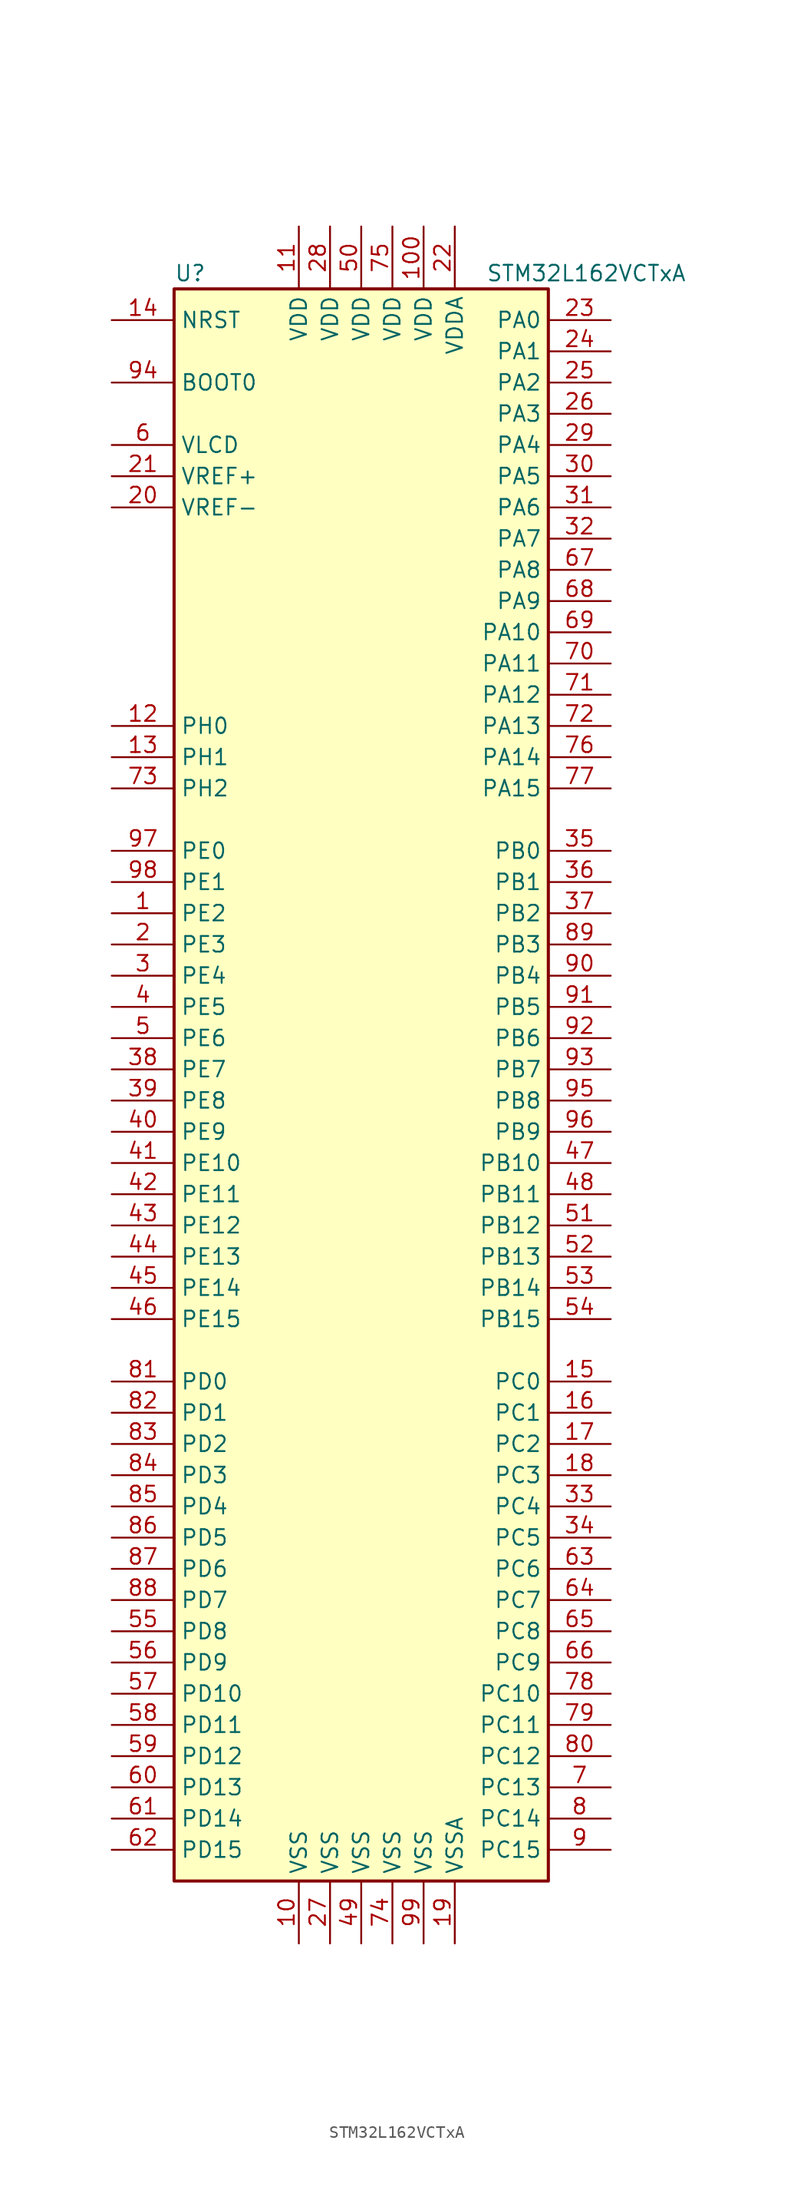
<source format=kicad_sym>
(kicad_symbol_lib
  (version 20201005)
  (generator kicad_symbol_editor)
  (symbol "STM32L162VCTxA"
    (property "Reference" "U"
      (at -15.24 64.77 0)
      (effects (font (size 1.27 1.27)) (justify left)))
    (property "Value" "STM32L162VCTxA"
      (at 10.16 64.77 0)
      (effects (font (size 1.27 1.27)) (justify left)))
    (symbol "STM32L162VCTxA_0_1"
      (rectangle (start -15.24 -66.04) (end 15.24 63.5) (stroke (width 0.254)) (fill (type background))))
    (symbol "STM32L162VCTxA_1_1"
      (pin input line (at -20.32 55.88 0) (length 5.08) (name "BOOT0" (effects (font (size 1.27 1.27)))) (number "94" (effects (font (size 1.27 1.27)))))
      (pin input line (at -20.32 60.96 0) (length 5.08) (name "NRST" (effects (font (size 1.27 1.27)))) (number "14" (effects (font (size 1.27 1.27)))))
      (pin bidirectional line (at 20.32 60.96 180) (length 5.08) (name "PA0" (effects (font (size 1.27 1.27)))) (number "23" (effects (font (size 1.27 1.27)))))
      (pin bidirectional line (at 20.32 58.42 180) (length 5.08) (name "PA1" (effects (font (size 1.27 1.27)))) (number "24" (effects (font (size 1.27 1.27)))))
      (pin bidirectional line (at 20.32 35.56 180) (length 5.08) (name "PA10" (effects (font (size 1.27 1.27)))) (number "69" (effects (font (size 1.27 1.27)))))
      (pin bidirectional line (at 20.32 33.02 180) (length 5.08) (name "PA11" (effects (font (size 1.27 1.27)))) (number "70" (effects (font (size 1.27 1.27)))))
      (pin bidirectional line (at 20.32 30.48 180) (length 5.08) (name "PA12" (effects (font (size 1.27 1.27)))) (number "71" (effects (font (size 1.27 1.27)))))
      (pin bidirectional line (at 20.32 27.94 180) (length 5.08) (name "PA13" (effects (font (size 1.27 1.27)))) (number "72" (effects (font (size 1.27 1.27)))))
      (pin bidirectional line (at 20.32 25.4 180) (length 5.08) (name "PA14" (effects (font (size 1.27 1.27)))) (number "76" (effects (font (size 1.27 1.27)))))
      (pin bidirectional line (at 20.32 22.86 180) (length 5.08) (name "PA15" (effects (font (size 1.27 1.27)))) (number "77" (effects (font (size 1.27 1.27)))))
      (pin bidirectional line (at 20.32 55.88 180) (length 5.08) (name "PA2" (effects (font (size 1.27 1.27)))) (number "25" (effects (font (size 1.27 1.27)))))
      (pin bidirectional line (at 20.32 53.34 180) (length 5.08) (name "PA3" (effects (font (size 1.27 1.27)))) (number "26" (effects (font (size 1.27 1.27)))))
      (pin bidirectional line (at 20.32 50.8 180) (length 5.08) (name "PA4" (effects (font (size 1.27 1.27)))) (number "29" (effects (font (size 1.27 1.27)))))
      (pin bidirectional line (at 20.32 48.26 180) (length 5.08) (name "PA5" (effects (font (size 1.27 1.27)))) (number "30" (effects (font (size 1.27 1.27)))))
      (pin bidirectional line (at 20.32 45.72 180) (length 5.08) (name "PA6" (effects (font (size 1.27 1.27)))) (number "31" (effects (font (size 1.27 1.27)))))
      (pin bidirectional line (at 20.32 43.18 180) (length 5.08) (name "PA7" (effects (font (size 1.27 1.27)))) (number "32" (effects (font (size 1.27 1.27)))))
      (pin bidirectional line (at 20.32 40.64 180) (length 5.08) (name "PA8" (effects (font (size 1.27 1.27)))) (number "67" (effects (font (size 1.27 1.27)))))
      (pin bidirectional line (at 20.32 38.1 180) (length 5.08) (name "PA9" (effects (font (size 1.27 1.27)))) (number "68" (effects (font (size 1.27 1.27)))))
      (pin bidirectional line (at 20.32 17.78 180) (length 5.08) (name "PB0" (effects (font (size 1.27 1.27)))) (number "35" (effects (font (size 1.27 1.27)))))
      (pin bidirectional line (at 20.32 15.24 180) (length 5.08) (name "PB1" (effects (font (size 1.27 1.27)))) (number "36" (effects (font (size 1.27 1.27)))))
      (pin bidirectional line (at 20.32 -7.62 180) (length 5.08) (name "PB10" (effects (font (size 1.27 1.27)))) (number "47" (effects (font (size 1.27 1.27)))))
      (pin bidirectional line (at 20.32 -10.16 180) (length 5.08) (name "PB11" (effects (font (size 1.27 1.27)))) (number "48" (effects (font (size 1.27 1.27)))))
      (pin bidirectional line (at 20.32 -12.7 180) (length 5.08) (name "PB12" (effects (font (size 1.27 1.27)))) (number "51" (effects (font (size 1.27 1.27)))))
      (pin bidirectional line (at 20.32 -15.24 180) (length 5.08) (name "PB13" (effects (font (size 1.27 1.27)))) (number "52" (effects (font (size 1.27 1.27)))))
      (pin bidirectional line (at 20.32 -17.78 180) (length 5.08) (name "PB14" (effects (font (size 1.27 1.27)))) (number "53" (effects (font (size 1.27 1.27)))))
      (pin bidirectional line (at 20.32 -20.32 180) (length 5.08) (name "PB15" (effects (font (size 1.27 1.27)))) (number "54" (effects (font (size 1.27 1.27)))))
      (pin bidirectional line (at 20.32 12.7 180) (length 5.08) (name "PB2" (effects (font (size 1.27 1.27)))) (number "37" (effects (font (size 1.27 1.27)))))
      (pin bidirectional line (at 20.32 10.16 180) (length 5.08) (name "PB3" (effects (font (size 1.27 1.27)))) (number "89" (effects (font (size 1.27 1.27)))))
      (pin bidirectional line (at 20.32 7.62 180) (length 5.08) (name "PB4" (effects (font (size 1.27 1.27)))) (number "90" (effects (font (size 1.27 1.27)))))
      (pin bidirectional line (at 20.32 5.08 180) (length 5.08) (name "PB5" (effects (font (size 1.27 1.27)))) (number "91" (effects (font (size 1.27 1.27)))))
      (pin bidirectional line (at 20.32 2.54 180) (length 5.08) (name "PB6" (effects (font (size 1.27 1.27)))) (number "92" (effects (font (size 1.27 1.27)))))
      (pin bidirectional line (at 20.32 0 180) (length 5.08) (name "PB7" (effects (font (size 1.27 1.27)))) (number "93" (effects (font (size 1.27 1.27)))))
      (pin bidirectional line (at 20.32 -2.54 180) (length 5.08) (name "PB8" (effects (font (size 1.27 1.27)))) (number "95" (effects (font (size 1.27 1.27)))))
      (pin bidirectional line (at 20.32 -5.08 180) (length 5.08) (name "PB9" (effects (font (size 1.27 1.27)))) (number "96" (effects (font (size 1.27 1.27)))))
      (pin bidirectional line (at 20.32 -25.4 180) (length 5.08) (name "PC0" (effects (font (size 1.27 1.27)))) (number "15" (effects (font (size 1.27 1.27)))))
      (pin bidirectional line (at 20.32 -27.94 180) (length 5.08) (name "PC1" (effects (font (size 1.27 1.27)))) (number "16" (effects (font (size 1.27 1.27)))))
      (pin bidirectional line (at 20.32 -50.8 180) (length 5.08) (name "PC10" (effects (font (size 1.27 1.27)))) (number "78" (effects (font (size 1.27 1.27)))))
      (pin bidirectional line (at 20.32 -53.34 180) (length 5.08) (name "PC11" (effects (font (size 1.27 1.27)))) (number "79" (effects (font (size 1.27 1.27)))))
      (pin bidirectional line (at 20.32 -55.88 180) (length 5.08) (name "PC12" (effects (font (size 1.27 1.27)))) (number "80" (effects (font (size 1.27 1.27)))))
      (pin bidirectional line (at 20.32 -58.42 180) (length 5.08) (name "PC13" (effects (font (size 1.27 1.27)))) (number "7" (effects (font (size 1.27 1.27)))))
      (pin bidirectional line (at 20.32 -60.96 180) (length 5.08) (name "PC14" (effects (font (size 1.27 1.27)))) (number "8" (effects (font (size 1.27 1.27)))))
      (pin bidirectional line (at 20.32 -63.5 180) (length 5.08) (name "PC15" (effects (font (size 1.27 1.27)))) (number "9" (effects (font (size 1.27 1.27)))))
      (pin bidirectional line (at 20.32 -30.48 180) (length 5.08) (name "PC2" (effects (font (size 1.27 1.27)))) (number "17" (effects (font (size 1.27 1.27)))))
      (pin bidirectional line (at 20.32 -33.02 180) (length 5.08) (name "PC3" (effects (font (size 1.27 1.27)))) (number "18" (effects (font (size 1.27 1.27)))))
      (pin bidirectional line (at 20.32 -35.56 180) (length 5.08) (name "PC4" (effects (font (size 1.27 1.27)))) (number "33" (effects (font (size 1.27 1.27)))))
      (pin bidirectional line (at 20.32 -38.1 180) (length 5.08) (name "PC5" (effects (font (size 1.27 1.27)))) (number "34" (effects (font (size 1.27 1.27)))))
      (pin bidirectional line (at 20.32 -40.64 180) (length 5.08) (name "PC6" (effects (font (size 1.27 1.27)))) (number "63" (effects (font (size 1.27 1.27)))))
      (pin bidirectional line (at 20.32 -43.18 180) (length 5.08) (name "PC7" (effects (font (size 1.27 1.27)))) (number "64" (effects (font (size 1.27 1.27)))))
      (pin bidirectional line (at 20.32 -45.72 180) (length 5.08) (name "PC8" (effects (font (size 1.27 1.27)))) (number "65" (effects (font (size 1.27 1.27)))))
      (pin bidirectional line (at 20.32 -48.26 180) (length 5.08) (name "PC9" (effects (font (size 1.27 1.27)))) (number "66" (effects (font (size 1.27 1.27)))))
      (pin bidirectional line (at -20.32 -25.4 0) (length 5.08) (name "PD0" (effects (font (size 1.27 1.27)))) (number "81" (effects (font (size 1.27 1.27)))))
      (pin bidirectional line (at -20.32 -27.94 0) (length 5.08) (name "PD1" (effects (font (size 1.27 1.27)))) (number "82" (effects (font (size 1.27 1.27)))))
      (pin bidirectional line (at -20.32 -50.8 0) (length 5.08) (name "PD10" (effects (font (size 1.27 1.27)))) (number "57" (effects (font (size 1.27 1.27)))))
      (pin bidirectional line (at -20.32 -53.34 0) (length 5.08) (name "PD11" (effects (font (size 1.27 1.27)))) (number "58" (effects (font (size 1.27 1.27)))))
      (pin bidirectional line (at -20.32 -55.88 0) (length 5.08) (name "PD12" (effects (font (size 1.27 1.27)))) (number "59" (effects (font (size 1.27 1.27)))))
      (pin bidirectional line (at -20.32 -58.42 0) (length 5.08) (name "PD13" (effects (font (size 1.27 1.27)))) (number "60" (effects (font (size 1.27 1.27)))))
      (pin bidirectional line (at -20.32 -60.96 0) (length 5.08) (name "PD14" (effects (font (size 1.27 1.27)))) (number "61" (effects (font (size 1.27 1.27)))))
      (pin bidirectional line (at -20.32 -63.5 0) (length 5.08) (name "PD15" (effects (font (size 1.27 1.27)))) (number "62" (effects (font (size 1.27 1.27)))))
      (pin bidirectional line (at -20.32 -30.48 0) (length 5.08) (name "PD2" (effects (font (size 1.27 1.27)))) (number "83" (effects (font (size 1.27 1.27)))))
      (pin bidirectional line (at -20.32 -33.02 0) (length 5.08) (name "PD3" (effects (font (size 1.27 1.27)))) (number "84" (effects (font (size 1.27 1.27)))))
      (pin bidirectional line (at -20.32 -35.56 0) (length 5.08) (name "PD4" (effects (font (size 1.27 1.27)))) (number "85" (effects (font (size 1.27 1.27)))))
      (pin bidirectional line (at -20.32 -38.1 0) (length 5.08) (name "PD5" (effects (font (size 1.27 1.27)))) (number "86" (effects (font (size 1.27 1.27)))))
      (pin bidirectional line (at -20.32 -40.64 0) (length 5.08) (name "PD6" (effects (font (size 1.27 1.27)))) (number "87" (effects (font (size 1.27 1.27)))))
      (pin bidirectional line (at -20.32 -43.18 0) (length 5.08) (name "PD7" (effects (font (size 1.27 1.27)))) (number "88" (effects (font (size 1.27 1.27)))))
      (pin bidirectional line (at -20.32 -45.72 0) (length 5.08) (name "PD8" (effects (font (size 1.27 1.27)))) (number "55" (effects (font (size 1.27 1.27)))))
      (pin bidirectional line (at -20.32 -48.26 0) (length 5.08) (name "PD9" (effects (font (size 1.27 1.27)))) (number "56" (effects (font (size 1.27 1.27)))))
      (pin bidirectional line (at -20.32 17.78 0) (length 5.08) (name "PE0" (effects (font (size 1.27 1.27)))) (number "97" (effects (font (size 1.27 1.27)))))
      (pin bidirectional line (at -20.32 15.24 0) (length 5.08) (name "PE1" (effects (font (size 1.27 1.27)))) (number "98" (effects (font (size 1.27 1.27)))))
      (pin bidirectional line (at -20.32 -7.62 0) (length 5.08) (name "PE10" (effects (font (size 1.27 1.27)))) (number "41" (effects (font (size 1.27 1.27)))))
      (pin bidirectional line (at -20.32 -10.16 0) (length 5.08) (name "PE11" (effects (font (size 1.27 1.27)))) (number "42" (effects (font (size 1.27 1.27)))))
      (pin bidirectional line (at -20.32 -12.7 0) (length 5.08) (name "PE12" (effects (font (size 1.27 1.27)))) (number "43" (effects (font (size 1.27 1.27)))))
      (pin bidirectional line (at -20.32 -15.24 0) (length 5.08) (name "PE13" (effects (font (size 1.27 1.27)))) (number "44" (effects (font (size 1.27 1.27)))))
      (pin bidirectional line (at -20.32 -17.78 0) (length 5.08) (name "PE14" (effects (font (size 1.27 1.27)))) (number "45" (effects (font (size 1.27 1.27)))))
      (pin bidirectional line (at -20.32 -20.32 0) (length 5.08) (name "PE15" (effects (font (size 1.27 1.27)))) (number "46" (effects (font (size 1.27 1.27)))))
      (pin bidirectional line (at -20.32 12.7 0) (length 5.08) (name "PE2" (effects (font (size 1.27 1.27)))) (number "1" (effects (font (size 1.27 1.27)))))
      (pin bidirectional line (at -20.32 10.16 0) (length 5.08) (name "PE3" (effects (font (size 1.27 1.27)))) (number "2" (effects (font (size 1.27 1.27)))))
      (pin bidirectional line (at -20.32 7.62 0) (length 5.08) (name "PE4" (effects (font (size 1.27 1.27)))) (number "3" (effects (font (size 1.27 1.27)))))
      (pin bidirectional line (at -20.32 5.08 0) (length 5.08) (name "PE5" (effects (font (size 1.27 1.27)))) (number "4" (effects (font (size 1.27 1.27)))))
      (pin bidirectional line (at -20.32 2.54 0) (length 5.08) (name "PE6" (effects (font (size 1.27 1.27)))) (number "5" (effects (font (size 1.27 1.27)))))
      (pin bidirectional line (at -20.32 0 0) (length 5.08) (name "PE7" (effects (font (size 1.27 1.27)))) (number "38" (effects (font (size 1.27 1.27)))))
      (pin bidirectional line (at -20.32 -2.54 0) (length 5.08) (name "PE8" (effects (font (size 1.27 1.27)))) (number "39" (effects (font (size 1.27 1.27)))))
      (pin bidirectional line (at -20.32 -5.08 0) (length 5.08) (name "PE9" (effects (font (size 1.27 1.27)))) (number "40" (effects (font (size 1.27 1.27)))))
      (pin input line (at -20.32 27.94 0) (length 5.08) (name "PH0" (effects (font (size 1.27 1.27)))) (number "12" (effects (font (size 1.27 1.27)))))
      (pin input line (at -20.32 25.4 0) (length 5.08) (name "PH1" (effects (font (size 1.27 1.27)))) (number "13" (effects (font (size 1.27 1.27)))))
      (pin bidirectional line (at -20.32 22.86 0) (length 5.08) (name "PH2" (effects (font (size 1.27 1.27)))) (number "73" (effects (font (size 1.27 1.27)))))
      (pin power_in line (at 5.08 68.58 270) (length 5.08) (name "VDD" (effects (font (size 1.27 1.27)))) (number "100" (effects (font (size 1.27 1.27)))))
      (pin power_in line (at -5.08 68.58 270) (length 5.08) (name "VDD" (effects (font (size 1.27 1.27)))) (number "11" (effects (font (size 1.27 1.27)))))
      (pin power_in line (at -2.54 68.58 270) (length 5.08) (name "VDD" (effects (font (size 1.27 1.27)))) (number "28" (effects (font (size 1.27 1.27)))))
      (pin power_in line (at 0 68.58 270) (length 5.08) (name "VDD" (effects (font (size 1.27 1.27)))) (number "50" (effects (font (size 1.27 1.27)))))
      (pin power_in line (at 2.54 68.58 270) (length 5.08) (name "VDD" (effects (font (size 1.27 1.27)))) (number "75" (effects (font (size 1.27 1.27)))))
      (pin power_in line (at 7.62 68.58 270) (length 5.08) (name "VDDA" (effects (font (size 1.27 1.27)))) (number "22" (effects (font (size 1.27 1.27)))))
      (pin power_in line (at -20.32 50.8 0) (length 5.08) (name "VLCD" (effects (font (size 1.27 1.27)))) (number "6" (effects (font (size 1.27 1.27)))))
      (pin power_in line (at -20.32 48.26 0) (length 5.08) (name "VREF+" (effects (font (size 1.27 1.27)))) (number "21" (effects (font (size 1.27 1.27)))))
      (pin power_in line (at -20.32 45.72 0) (length 5.08) (name "VREF-" (effects (font (size 1.27 1.27)))) (number "20" (effects (font (size 1.27 1.27)))))
      (pin power_in line (at -5.08 -71.12 90) (length 5.08) (name "VSS" (effects (font (size 1.27 1.27)))) (number "10" (effects (font (size 1.27 1.27)))))
      (pin power_in line (at -2.54 -71.12 90) (length 5.08) (name "VSS" (effects (font (size 1.27 1.27)))) (number "27" (effects (font (size 1.27 1.27)))))
      (pin power_in line (at 0 -71.12 90) (length 5.08) (name "VSS" (effects (font (size 1.27 1.27)))) (number "49" (effects (font (size 1.27 1.27)))))
      (pin power_in line (at 2.54 -71.12 90) (length 5.08) (name "VSS" (effects (font (size 1.27 1.27)))) (number "74" (effects (font (size 1.27 1.27)))))
      (pin power_in line (at 5.08 -71.12 90) (length 5.08) (name "VSS" (effects (font (size 1.27 1.27)))) (number "99" (effects (font (size 1.27 1.27)))))
      (pin power_in line (at 7.62 -71.12 90) (length 5.08) (name "VSSA" (effects (font (size 1.27 1.27)))) (number "19" (effects (font (size 1.27 1.27))))))))
</source>
